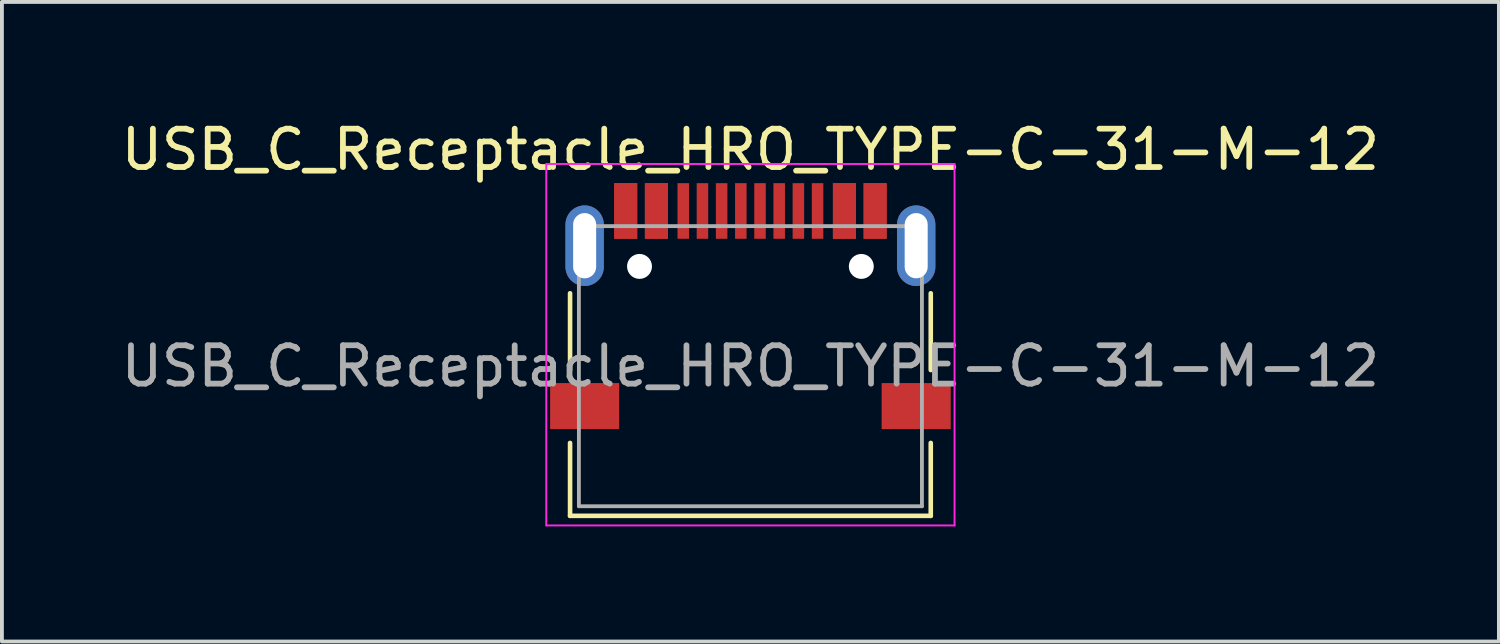
<source format=kicad_pcb>
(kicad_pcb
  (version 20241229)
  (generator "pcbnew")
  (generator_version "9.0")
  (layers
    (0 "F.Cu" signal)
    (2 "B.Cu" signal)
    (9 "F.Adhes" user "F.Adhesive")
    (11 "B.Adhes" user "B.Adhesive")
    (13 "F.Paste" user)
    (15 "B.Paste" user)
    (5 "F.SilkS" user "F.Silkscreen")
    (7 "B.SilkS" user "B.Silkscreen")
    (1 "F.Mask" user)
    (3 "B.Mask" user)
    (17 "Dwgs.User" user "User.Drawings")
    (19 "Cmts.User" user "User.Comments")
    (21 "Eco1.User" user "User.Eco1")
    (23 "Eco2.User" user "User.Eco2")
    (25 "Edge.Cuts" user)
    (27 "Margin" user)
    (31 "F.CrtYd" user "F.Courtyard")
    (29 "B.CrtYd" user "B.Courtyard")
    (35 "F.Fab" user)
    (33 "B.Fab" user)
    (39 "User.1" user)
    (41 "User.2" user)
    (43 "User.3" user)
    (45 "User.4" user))
  (footprint "USB_C_Receptacle_HRO_TYPE-C-31-M-12"
    (layer "F.Cu")
    (at 16.506 6.483)
    (property "Reference" "USB_C_Receptacle_HRO_TYPE-C-31-M-12" (at 0 -5.635 0) (layer "F.SilkS") (effects (font (size 1 1) (thickness 0.15))))
    (attr smd)
    (fp_line (start -4.7 -1.89) (end -4.7 0.11) (stroke (width 0.12) (type solid)) (layer "F.SilkS"))
    (fp_line (start -4.7 2.01) (end -4.7 3.91) (stroke (width 0.12) (type solid)) (layer "F.SilkS"))
    (fp_line (start -4.7 3.91) (end 4.7 3.91) (stroke (width 0.12) (type solid)) (layer "F.SilkS"))
    (fp_line (start 4.7 -1.89) (end 4.7 0.11) (stroke (width 0.12) (type solid)) (layer "F.SilkS"))
    (fp_line (start 4.7 2.01) (end 4.7 3.91) (stroke (width 0.12) (type solid)) (layer "F.SilkS"))
    (fp_line (start -5.32 -5.26) (end -5.32 4.16) (stroke (width 0.05) (type solid)) (layer "F.CrtYd"))
    (fp_line (start -5.32 -5.26) (end 5.32 -5.26) (stroke (width 0.05) (type solid)) (layer "F.CrtYd"))
    (fp_line (start -5.32 4.16) (end 5.32 4.16) (stroke (width 0.05) (type solid)) (layer "F.CrtYd"))
    (fp_line (start 5.32 -5.26) (end 5.32 4.16) (stroke (width 0.05) (type solid)) (layer "F.CrtYd"))
    (fp_line (start -4.47 -3.64) (end -4.47 3.66) (stroke (width 0.1) (type solid)) (layer "F.Fab"))
    (fp_line (start -4.47 -3.64) (end 4.47 -3.64) (stroke (width 0.1) (type solid)) (layer "F.Fab"))
    (fp_line (start -4.47 3.66) (end 4.47 3.66) (stroke (width 0.1) (type solid)) (layer "F.Fab"))
    (fp_line (start 4.47 -3.64) (end 4.47 3.66) (stroke (width 0.1) (type solid)) (layer "F.Fab"))
    (fp_text user "${REFERENCE}" (at 0 0.01 0) (layer "F.Fab") (effects (font (size 1 1) (thickness 0.15))))
    (pad "" np_thru_hole circle (at -2.89 -2.59) (size 0.65 0.65) (drill 0.65) (layers "*.Cu" "*.Mask"))
    (pad "" np_thru_hole circle (at 2.89 -2.59) (size 0.65 0.65) (drill 0.65) (layers "*.Cu" "*.Mask"))
    (pad "A1" smd rect (at -3.25 -4.035) (size 0.6 1.45) (layers "F.Cu" "F.Mask" "F.Paste"))
    (pad "A4" smd rect (at -2.45 -4.035) (size 0.6 1.45) (layers "F.Cu" "F.Mask" "F.Paste"))
    (pad "A5" smd rect (at -1.25 -4.035) (size 0.3 1.45) (layers "F.Cu" "F.Mask" "F.Paste"))
    (pad "A6" smd rect (at -0.25 -4.035) (size 0.3 1.45) (layers "F.Cu" "F.Mask" "F.Paste"))
    (pad "A7" smd rect (at 0.25 -4.035) (size 0.3 1.45) (layers "F.Cu" "F.Mask" "F.Paste"))
    (pad "A8" smd rect (at 1.25 -4.035) (size 0.3 1.45) (layers "F.Cu" "F.Mask" "F.Paste"))
    (pad "A9" smd rect (at 2.45 -4.035) (size 0.6 1.45) (layers "F.Cu" "F.Mask" "F.Paste"))
    (pad "A12" smd rect (at 3.25 -4.035) (size 0.6 1.45) (layers "F.Cu" "F.Mask" "F.Paste"))
    (pad "B1" smd rect (at 3.25 -4.035) (size 0.6 1.45) (layers "F.Cu" "F.Mask" "F.Paste"))
    (pad "B4" smd rect (at 2.45 -4.035) (size 0.6 1.45) (layers "F.Cu" "F.Mask" "F.Paste"))
    (pad "B5" smd rect (at 1.75 -4.035) (size 0.3 1.45) (layers "F.Cu" "F.Mask" "F.Paste"))
    (pad "B6" smd rect (at 0.75 -4.035) (size 0.3 1.45) (layers "F.Cu" "F.Mask" "F.Paste"))
    (pad "B7" smd rect (at -0.75 -4.035) (size 0.3 1.45) (layers "F.Cu" "F.Mask" "F.Paste"))
    (pad "B8" smd rect (at -1.75 -4.035) (size 0.3 1.45) (layers "F.Cu" "F.Mask" "F.Paste"))
    (pad "B9" smd rect (at -2.45 -4.035) (size 0.6 1.45) (layers "F.Cu" "F.Mask" "F.Paste"))
    (pad "B12" smd rect (at -3.25 -4.035) (size 0.6 1.45) (layers "F.Cu" "F.Mask" "F.Paste"))
    (pad "S1" thru_hole oval (at -4.32 -3.13) (size 1 2.1) (drill oval 0.6 1.7) (layers "*.Cu" "*.Mask"))
    (pad "S1" smd rect (at -4.32 1.05) (size 1.8 1.2) (layers "F.Cu" "F.Mask" "F.Paste"))
    (pad "S1" thru_hole oval (at 4.32 -3.13) (size 1 2.1) (drill oval 0.6 1.7) (layers "*.Cu" "*.Mask"))
    (pad "S1" smd rect (at 4.32 1.05) (size 1.8 1.2) (layers "F.Cu" "F.Mask" "F.Paste")))
  (gr_rect
    (start -3 -3)
    (end 36.012 13.668)
    (stroke (width 0.1) (type default))
    (fill no)
    (layer "Edge.Cuts")))
</source>
